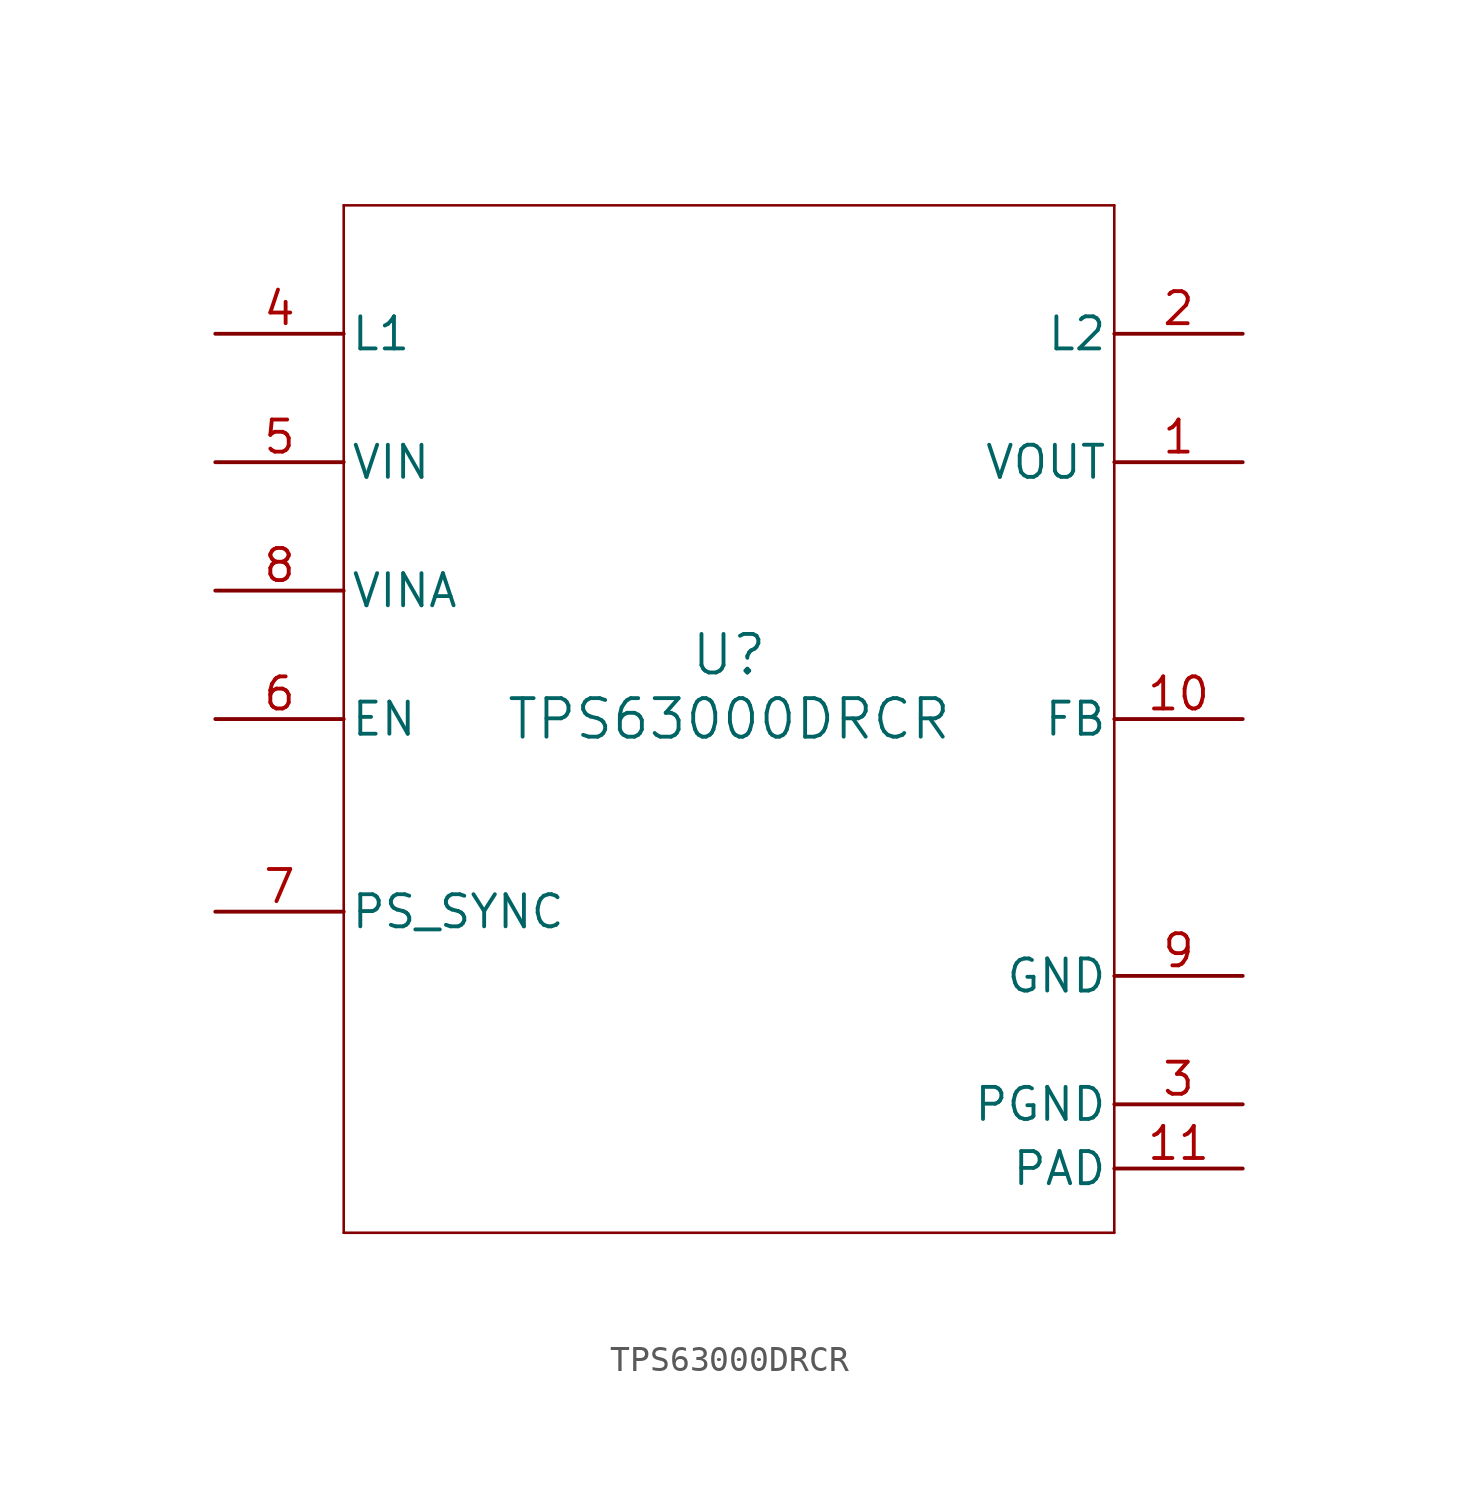
<source format=kicad_sym>
(kicad_symbol_lib
  (version 20211014)
  (generator kicad_symbol_editor)
  (symbol "TPS63000DRCR"
    (pin_names
      (offset 0.254))
    (property "Reference" "U"
      (at 0 2.54 0)
      (effects (font (size 1.524 1.524))))
    (property "Value" "TPS63000DRCR"
      (at 0 0 0)
      (effects (font (size 1.524 1.524))))
    (polyline
      (pts (xy -15.24 -20.32) (xy 15.24 -20.32))
      (stroke (width 0.102) (type default) (color 0 0 0 0))
      (fill (type none)))
    (polyline
      (pts (xy 15.24 -20.32) (xy 15.24 20.32))
      (stroke (width 0.102) (type default) (color 0 0 0 0))
      (fill (type none)))
    (polyline
      (pts (xy 15.24 20.32) (xy -15.24 20.32))
      (stroke (width 0.102) (type default) (color 0 0 0 0))
      (fill (type none)))
    (polyline
      (pts (xy -15.24 20.32) (xy -15.24 -20.32))
      (stroke (width 0.102) (type default) (color 0 0 0 0))
      (fill (type none)))
    (pin power_in line
      (at 20.32 10.16 180)
      (length 5.08)
      (name "VOUT" (effects (font (size 1.27 1.27))))
      (number "1" (effects (font (size 1.27 1.27)))))
    (pin unspecified line
      (at 20.32 15.24 180)
      (length 5.08)
      (name "L2" (effects (font (size 1.27 1.27))))
      (number "2" (effects (font (size 1.27 1.27)))))
    (pin power_in line
      (at 20.32 -15.24 180)
      (length 5.08)
      (name "PGND" (effects (font (size 1.27 1.27))))
      (number "3" (effects (font (size 1.27 1.27)))))
    (pin unspecified line
      (at -20.32 15.24 0)
      (length 5.08)
      (name "L1" (effects (font (size 1.27 1.27))))
      (number "4" (effects (font (size 1.27 1.27)))))
    (pin power_in line
      (at -20.32 10.16 0)
      (length 5.08)
      (name "VIN" (effects (font (size 1.27 1.27))))
      (number "5" (effects (font (size 1.27 1.27)))))
    (pin input line
      (at -20.32 0 0)
      (length 5.08)
      (name "EN" (effects (font (size 1.27 1.27))))
      (number "6" (effects (font (size 1.27 1.27)))))
    (pin input line
      (at -20.32 -7.62 0)
      (length 5.08)
      (name "PS_SYNC" (effects (font (size 1.27 1.27))))
      (number "7" (effects (font (size 1.27 1.27)))))
    (pin power_in line
      (at -20.32 5.08 0)
      (length 5.08)
      (name "VINA" (effects (font (size 1.27 1.27))))
      (number "8" (effects (font (size 1.27 1.27)))))
    (pin power_in line
      (at 20.32 -10.16 180)
      (length 5.08)
      (name "GND" (effects (font (size 1.27 1.27))))
      (number "9" (effects (font (size 1.27 1.27)))))
    (pin input line
      (at 20.32 0 180)
      (length 5.08)
      (name "FB" (effects (font (size 1.27 1.27))))
      (number "10" (effects (font (size 1.27 1.27)))))
    (pin power_in line
      (at 20.32 -17.78 180)
      (length 5.08)
      (name "PAD" (effects (font (size 1.27 1.27))))
      (number "11" (effects (font (size 1.27 1.27)))))))
</source>
